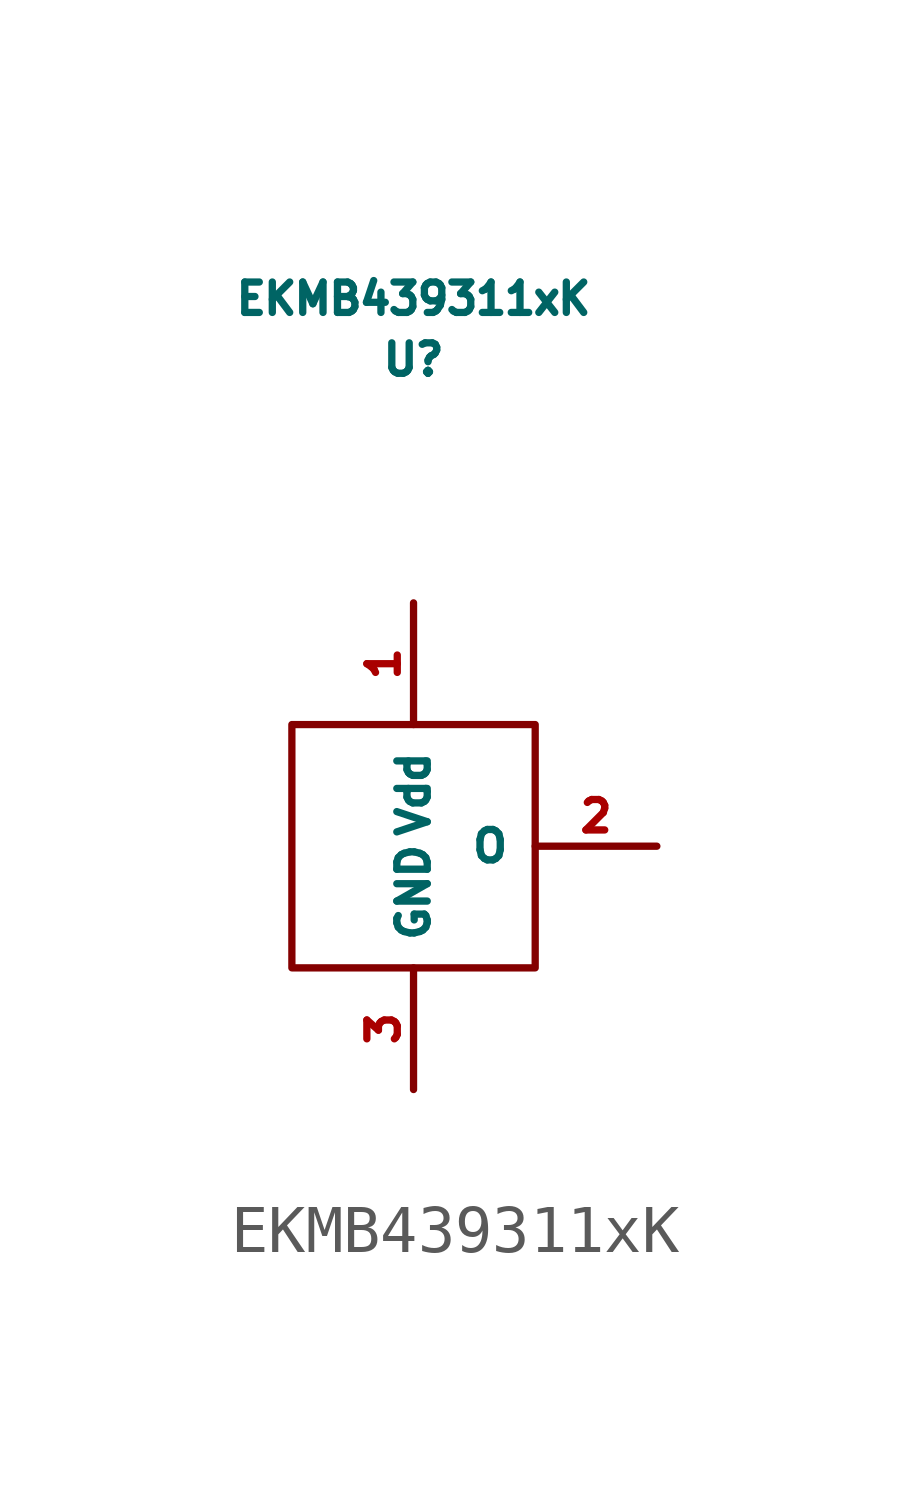
<source format=kicad_sym>
(kicad_symbol_lib
  (version 20211014)
  (generator kicad_symbol_editor)
  (symbol "EKMB439311xK"
    (property "Reference" "U"
      (at 0 10.16 0)
      (effects (font (size 0.635 0.635))))
    (property "Value" "EKMB439311xK"
      (at 0 11.43 0)
      (effects (font (size 0.635 0.635))))
    (symbol "EKMB439311xK_0_1"
      (rectangle (start -2.54 2.54) (end 2.54 -2.54) (stroke (width 0.152) (type default) (color 0 0 0 0)) (fill (type none))))
    (symbol "EKMB439311xK_1_1"
      (pin power_in line (at 0 5.08 270) (length 2.54) (name "Vdd" (effects (font (size 0.635 0.635)))) (number "1" (effects (font (size 0.635 0.635)))))
      (pin output line (at 5.08 0 180) (length 2.54) (name "O" (effects (font (size 0.635 0.635)))) (number "2" (effects (font (size 0.635 0.635)))))
      (pin power_in line (at 0 -5.08 90) (length 2.54) (name "GND" (effects (font (size 0.635 0.635)))) (number "3" (effects (font (size 0.635 0.635))))))))
</source>
